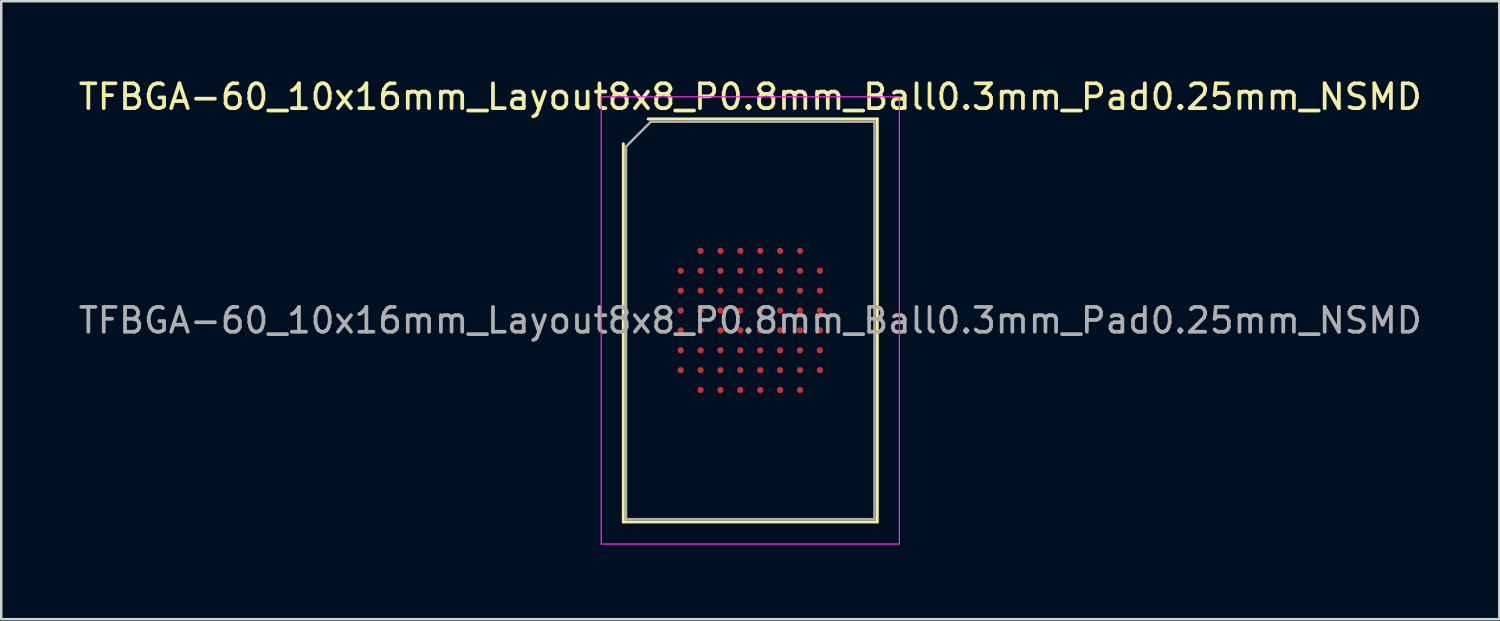
<source format=kicad_pcb>
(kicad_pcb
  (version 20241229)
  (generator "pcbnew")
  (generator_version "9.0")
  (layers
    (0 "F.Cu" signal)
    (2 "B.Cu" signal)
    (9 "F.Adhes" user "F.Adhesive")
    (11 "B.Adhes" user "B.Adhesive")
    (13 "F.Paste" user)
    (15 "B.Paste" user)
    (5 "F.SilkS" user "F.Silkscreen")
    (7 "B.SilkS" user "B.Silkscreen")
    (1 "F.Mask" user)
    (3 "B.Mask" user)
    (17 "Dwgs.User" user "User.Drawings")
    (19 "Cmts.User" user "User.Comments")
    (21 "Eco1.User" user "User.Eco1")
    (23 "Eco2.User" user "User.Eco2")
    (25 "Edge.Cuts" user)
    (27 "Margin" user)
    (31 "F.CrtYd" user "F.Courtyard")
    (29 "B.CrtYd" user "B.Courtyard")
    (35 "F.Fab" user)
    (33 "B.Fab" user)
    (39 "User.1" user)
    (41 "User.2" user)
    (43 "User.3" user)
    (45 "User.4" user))
  (footprint "TFBGA-60_10x16mm_Layout8x8_P0.8mm_Ball0.3mm_Pad0.25mm_NSMD"
    (layer "F.Cu")
    (at 27.149 9.848)
    (property "Reference" "TFBGA-60_10x16mm_Layout8x8_P0.8mm_Ball0.3mm_Pad0.25mm_NSMD" (at 0 -9 0) (layer "F.SilkS") (effects (font (size 1 1) (thickness 0.15))))
    (attr smd)
    (fp_line (start -5.11 8.11) (end -5.11 -7.11) (stroke (width 0.12) (type solid)) (layer "F.SilkS"))
    (fp_line (start -4.11 -8.11) (end 5.11 -8.11) (stroke (width 0.12) (type solid)) (layer "F.SilkS"))
    (fp_line (start 5.11 -8.11) (end 5.11 8.11) (stroke (width 0.12) (type solid)) (layer "F.SilkS"))
    (fp_line (start 5.11 8.11) (end -5.11 8.11) (stroke (width 0.12) (type solid)) (layer "F.SilkS"))
    (fp_line (start -6 -9) (end -6 9) (stroke (width 0.05) (type solid)) (layer "F.CrtYd"))
    (fp_line (start -6 9) (end 6 9) (stroke (width 0.05) (type solid)) (layer "F.CrtYd"))
    (fp_line (start 6 -9) (end -6 -9) (stroke (width 0.05) (type solid)) (layer "F.CrtYd"))
    (fp_line (start 6 9) (end 6 -9) (stroke (width 0.05) (type solid)) (layer "F.CrtYd"))
    (fp_line (start -5 -7) (end -4 -8) (stroke (width 0.1) (type solid)) (layer "F.Fab"))
    (fp_line (start -5 8) (end -5 -7) (stroke (width 0.1) (type solid)) (layer "F.Fab"))
    (fp_line (start -4 -8) (end 5 -8) (stroke (width 0.1) (type solid)) (layer "F.Fab"))
    (fp_line (start 5 -8) (end 5 8) (stroke (width 0.1) (type solid)) (layer "F.Fab"))
    (fp_line (start 5 8) (end -5 8) (stroke (width 0.1) (type solid)) (layer "F.Fab"))
    (fp_text user "${REFERENCE}" (at 0 0 0) (layer "F.Fab") (effects (font (size 1 1) (thickness 0.15))))
    (pad "A2" smd circle (at -2 -2.8) (size 0.25 0.25) (layers "F.Cu" "F.Mask" "F.Paste"))
    (pad "A3" smd circle (at -1.2 -2.8) (size 0.25 0.25) (layers "F.Cu" "F.Mask" "F.Paste"))
    (pad "A4" smd circle (at -0.4 -2.8) (size 0.25 0.25) (layers "F.Cu" "F.Mask" "F.Paste"))
    (pad "A5" smd circle (at 0.4 -2.8) (size 0.25 0.25) (layers "F.Cu" "F.Mask" "F.Paste"))
    (pad "A6" smd circle (at 1.2 -2.8) (size 0.25 0.25) (layers "F.Cu" "F.Mask" "F.Paste"))
    (pad "A7" smd circle (at 2 -2.8) (size 0.25 0.25) (layers "F.Cu" "F.Mask" "F.Paste"))
    (pad "B1" smd circle (at -2.8 -2) (size 0.25 0.25) (layers "F.Cu" "F.Mask" "F.Paste"))
    (pad "B2" smd circle (at -2 -2) (size 0.25 0.25) (layers "F.Cu" "F.Mask" "F.Paste"))
    (pad "B3" smd circle (at -1.2 -2) (size 0.25 0.25) (layers "F.Cu" "F.Mask" "F.Paste"))
    (pad "B4" smd circle (at -0.4 -2) (size 0.25 0.25) (layers "F.Cu" "F.Mask" "F.Paste"))
    (pad "B5" smd circle (at 0.4 -2) (size 0.25 0.25) (layers "F.Cu" "F.Mask" "F.Paste"))
    (pad "B6" smd circle (at 1.2 -2) (size 0.25 0.25) (layers "F.Cu" "F.Mask" "F.Paste"))
    (pad "B7" smd circle (at 2 -2) (size 0.25 0.25) (layers "F.Cu" "F.Mask" "F.Paste"))
    (pad "B8" smd circle (at 2.8 -2) (size 0.25 0.25) (layers "F.Cu" "F.Mask" "F.Paste"))
    (pad "C1" smd circle (at -2.8 -1.2) (size 0.25 0.25) (layers "F.Cu" "F.Mask" "F.Paste"))
    (pad "C2" smd circle (at -2 -1.2) (size 0.25 0.25) (layers "F.Cu" "F.Mask" "F.Paste"))
    (pad "C3" smd circle (at -1.2 -1.2) (size 0.25 0.25) (layers "F.Cu" "F.Mask" "F.Paste"))
    (pad "C4" smd circle (at -0.4 -1.2) (size 0.25 0.25) (layers "F.Cu" "F.Mask" "F.Paste"))
    (pad "C5" smd circle (at 0.4 -1.2) (size 0.25 0.25) (layers "F.Cu" "F.Mask" "F.Paste"))
    (pad "C6" smd circle (at 1.2 -1.2) (size 0.25 0.25) (layers "F.Cu" "F.Mask" "F.Paste"))
    (pad "C7" smd circle (at 2 -1.2) (size 0.25 0.25) (layers "F.Cu" "F.Mask" "F.Paste"))
    (pad "C8" smd circle (at 2.8 -1.2) (size 0.25 0.25) (layers "F.Cu" "F.Mask" "F.Paste"))
    (pad "D1" smd circle (at -2.8 -0.4) (size 0.25 0.25) (layers "F.Cu" "F.Mask" "F.Paste"))
    (pad "D2" smd circle (at -2 -0.4) (size 0.25 0.25) (layers "F.Cu" "F.Mask" "F.Paste"))
    (pad "D3" smd circle (at -1.2 -0.4) (size 0.25 0.25) (layers "F.Cu" "F.Mask" "F.Paste"))
    (pad "D4" smd circle (at -0.4 -0.4) (size 0.25 0.25) (layers "F.Cu" "F.Mask" "F.Paste"))
    (pad "D5" smd circle (at 0.4 -0.4) (size 0.25 0.25) (layers "F.Cu" "F.Mask" "F.Paste"))
    (pad "D6" smd circle (at 1.2 -0.4) (size 0.25 0.25) (layers "F.Cu" "F.Mask" "F.Paste"))
    (pad "D7" smd circle (at 2 -0.4) (size 0.25 0.25) (layers "F.Cu" "F.Mask" "F.Paste"))
    (pad "D8" smd circle (at 2.8 -0.4) (size 0.25 0.25) (layers "F.Cu" "F.Mask" "F.Paste"))
    (pad "E1" smd circle (at -2.8 0.4) (size 0.25 0.25) (layers "F.Cu" "F.Mask" "F.Paste"))
    (pad "E2" smd circle (at -2 0.4) (size 0.25 0.25) (layers "F.Cu" "F.Mask" "F.Paste"))
    (pad "E3" smd circle (at -1.2 0.4) (size 0.25 0.25) (layers "F.Cu" "F.Mask" "F.Paste"))
    (pad "E4" smd circle (at -0.4 0.4) (size 0.25 0.25) (layers "F.Cu" "F.Mask" "F.Paste"))
    (pad "E5" smd circle (at 0.4 0.4) (size 0.25 0.25) (layers "F.Cu" "F.Mask" "F.Paste"))
    (pad "E6" smd circle (at 1.2 0.4) (size 0.25 0.25) (layers "F.Cu" "F.Mask" "F.Paste"))
    (pad "E7" smd circle (at 2 0.4) (size 0.25 0.25) (layers "F.Cu" "F.Mask" "F.Paste"))
    (pad "E8" smd circle (at 2.8 0.4) (size 0.25 0.25) (layers "F.Cu" "F.Mask" "F.Paste"))
    (pad "F1" smd circle (at -2.8 1.2) (size 0.25 0.25) (layers "F.Cu" "F.Mask" "F.Paste"))
    (pad "F2" smd circle (at -2 1.2) (size 0.25 0.25) (layers "F.Cu" "F.Mask" "F.Paste"))
    (pad "F3" smd circle (at -1.2 1.2) (size 0.25 0.25) (layers "F.Cu" "F.Mask" "F.Paste"))
    (pad "F4" smd circle (at -0.4 1.2) (size 0.25 0.25) (layers "F.Cu" "F.Mask" "F.Paste"))
    (pad "F5" smd circle (at 0.4 1.2) (size 0.25 0.25) (layers "F.Cu" "F.Mask" "F.Paste"))
    (pad "F6" smd circle (at 1.2 1.2) (size 0.25 0.25) (layers "F.Cu" "F.Mask" "F.Paste"))
    (pad "F7" smd circle (at 2 1.2) (size 0.25 0.25) (layers "F.Cu" "F.Mask" "F.Paste"))
    (pad "F8" smd circle (at 2.8 1.2) (size 0.25 0.25) (layers "F.Cu" "F.Mask" "F.Paste"))
    (pad "G1" smd circle (at -2.8 2) (size 0.25 0.25) (layers "F.Cu" "F.Mask" "F.Paste"))
    (pad "G2" smd circle (at -2 2) (size 0.25 0.25) (layers "F.Cu" "F.Mask" "F.Paste"))
    (pad "G3" smd circle (at -1.2 2) (size 0.25 0.25) (layers "F.Cu" "F.Mask" "F.Paste"))
    (pad "G4" smd circle (at -0.4 2) (size 0.25 0.25) (layers "F.Cu" "F.Mask" "F.Paste"))
    (pad "G5" smd circle (at 0.4 2) (size 0.25 0.25) (layers "F.Cu" "F.Mask" "F.Paste"))
    (pad "G6" smd circle (at 1.2 2) (size 0.25 0.25) (layers "F.Cu" "F.Mask" "F.Paste"))
    (pad "G7" smd circle (at 2 2) (size 0.25 0.25) (layers "F.Cu" "F.Mask" "F.Paste"))
    (pad "G8" smd circle (at 2.8 2) (size 0.25 0.25) (layers "F.Cu" "F.Mask" "F.Paste"))
    (pad "H2" smd circle (at -2 2.8) (size 0.25 0.25) (layers "F.Cu" "F.Mask" "F.Paste"))
    (pad "H3" smd circle (at -1.2 2.8) (size 0.25 0.25) (layers "F.Cu" "F.Mask" "F.Paste"))
    (pad "H4" smd circle (at -0.4 2.8) (size 0.25 0.25) (layers "F.Cu" "F.Mask" "F.Paste"))
    (pad "H5" smd circle (at 0.4 2.8) (size 0.25 0.25) (layers "F.Cu" "F.Mask" "F.Paste"))
    (pad "H6" smd circle (at 1.2 2.8) (size 0.25 0.25) (layers "F.Cu" "F.Mask" "F.Paste"))
    (pad "H7" smd circle (at 2 2.8) (size 0.25 0.25) (layers "F.Cu" "F.Mask" "F.Paste")))
  (gr_rect
    (start -3 -3)
    (end 57.298 21.873)
    (stroke (width 0.1) (type default))
    (fill no)
    (layer "Edge.Cuts")))
</source>
